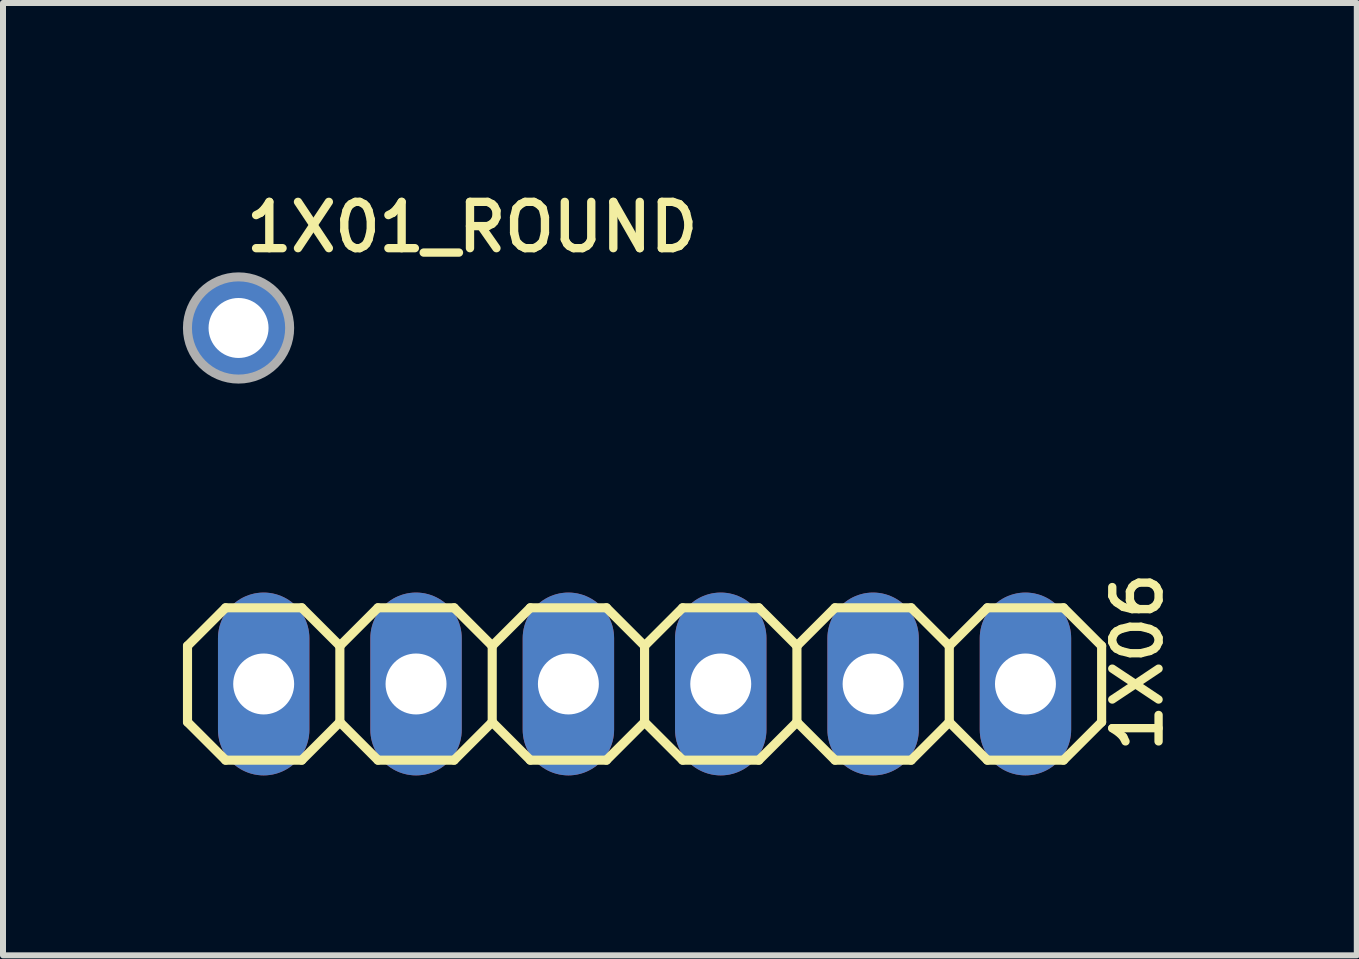
<source format=kicad_pcb>
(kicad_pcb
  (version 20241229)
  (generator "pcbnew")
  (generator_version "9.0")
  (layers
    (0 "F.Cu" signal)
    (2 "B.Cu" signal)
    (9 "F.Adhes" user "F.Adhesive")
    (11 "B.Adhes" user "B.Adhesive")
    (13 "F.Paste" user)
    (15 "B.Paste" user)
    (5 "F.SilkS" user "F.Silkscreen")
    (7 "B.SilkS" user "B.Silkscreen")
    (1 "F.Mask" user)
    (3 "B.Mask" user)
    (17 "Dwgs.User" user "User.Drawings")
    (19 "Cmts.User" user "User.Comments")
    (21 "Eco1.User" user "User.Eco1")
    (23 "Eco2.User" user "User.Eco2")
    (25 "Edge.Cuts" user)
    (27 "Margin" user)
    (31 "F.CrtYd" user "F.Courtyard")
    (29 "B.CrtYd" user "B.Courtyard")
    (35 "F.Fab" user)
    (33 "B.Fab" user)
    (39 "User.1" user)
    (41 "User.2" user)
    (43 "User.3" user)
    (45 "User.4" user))
  (footprint "1X06"
    (layer "F.Cu")
    (at 7.696 8.353)
    (property "Reference" "1X06" (at 8.671 1.196 270) (layer "F.SilkS") (effects (font (size 0.772 0.772) (thickness 0.139)) (justify left bottom)))
    (attr through_hole)
    (fp_line (start -7.62 -0.635) (end -7.62 0.635) (stroke (width 0.152) (type solid)) (layer "F.SilkS"))
    (fp_line (start -7.62 0.635) (end -6.985 1.27) (stroke (width 0.152) (type solid)) (layer "F.SilkS"))
    (fp_line (start -6.985 -1.27) (end -7.62 -0.635) (stroke (width 0.152) (type solid)) (layer "F.SilkS"))
    (fp_line (start -6.985 -1.27) (end -5.715 -1.27) (stroke (width 0.152) (type solid)) (layer "F.SilkS"))
    (fp_line (start -5.715 -1.27) (end -5.08 -0.635) (stroke (width 0.152) (type solid)) (layer "F.SilkS"))
    (fp_line (start -5.715 1.27) (end -6.985 1.27) (stroke (width 0.152) (type solid)) (layer "F.SilkS"))
    (fp_line (start -5.08 -0.635) (end -5.08 0.635) (stroke (width 0.152) (type solid)) (layer "F.SilkS"))
    (fp_line (start -5.08 -0.635) (end -4.445 -1.27) (stroke (width 0.152) (type solid)) (layer "F.SilkS"))
    (fp_line (start -5.08 0.635) (end -5.715 1.27) (stroke (width 0.152) (type solid)) (layer "F.SilkS"))
    (fp_line (start -4.445 -1.27) (end -3.175 -1.27) (stroke (width 0.152) (type solid)) (layer "F.SilkS"))
    (fp_line (start -4.445 1.27) (end -5.08 0.635) (stroke (width 0.152) (type solid)) (layer "F.SilkS"))
    (fp_line (start -3.175 -1.27) (end -2.54 -0.635) (stroke (width 0.152) (type solid)) (layer "F.SilkS"))
    (fp_line (start -3.175 1.27) (end -4.445 1.27) (stroke (width 0.152) (type solid)) (layer "F.SilkS"))
    (fp_line (start -2.54 -0.635) (end -2.54 0.635) (stroke (width 0.152) (type solid)) (layer "F.SilkS"))
    (fp_line (start -2.54 -0.635) (end -1.905 -1.27) (stroke (width 0.152) (type solid)) (layer "F.SilkS"))
    (fp_line (start -2.54 0.635) (end -3.175 1.27) (stroke (width 0.152) (type solid)) (layer "F.SilkS"))
    (fp_line (start -1.905 -1.27) (end -0.635 -1.27) (stroke (width 0.152) (type solid)) (layer "F.SilkS"))
    (fp_line (start -1.905 1.27) (end -2.54 0.635) (stroke (width 0.152) (type solid)) (layer "F.SilkS"))
    (fp_line (start -0.635 -1.27) (end 0 -0.635) (stroke (width 0.152) (type solid)) (layer "F.SilkS"))
    (fp_line (start -0.635 1.27) (end -1.905 1.27) (stroke (width 0.152) (type solid)) (layer "F.SilkS"))
    (fp_line (start 0 -0.635) (end 0 0.635) (stroke (width 0.152) (type solid)) (layer "F.SilkS"))
    (fp_line (start 0 0.635) (end -0.635 1.27) (stroke (width 0.152) (type solid)) (layer "F.SilkS"))
    (fp_line (start 0 0.635) (end 0.635 1.27) (stroke (width 0.152) (type solid)) (layer "F.SilkS"))
    (fp_line (start 0.635 -1.27) (end 0 -0.635) (stroke (width 0.152) (type solid)) (layer "F.SilkS"))
    (fp_line (start 0.635 -1.27) (end 1.905 -1.27) (stroke (width 0.152) (type solid)) (layer "F.SilkS"))
    (fp_line (start 1.905 -1.27) (end 2.54 -0.635) (stroke (width 0.152) (type solid)) (layer "F.SilkS"))
    (fp_line (start 1.905 1.27) (end 0.635 1.27) (stroke (width 0.152) (type solid)) (layer "F.SilkS"))
    (fp_line (start 2.54 -0.635) (end 2.54 0.635) (stroke (width 0.152) (type solid)) (layer "F.SilkS"))
    (fp_line (start 2.54 -0.635) (end 3.175 -1.27) (stroke (width 0.152) (type solid)) (layer "F.SilkS"))
    (fp_line (start 2.54 0.635) (end 1.905 1.27) (stroke (width 0.152) (type solid)) (layer "F.SilkS"))
    (fp_line (start 3.175 -1.27) (end 4.445 -1.27) (stroke (width 0.152) (type solid)) (layer "F.SilkS"))
    (fp_line (start 3.175 1.27) (end 2.54 0.635) (stroke (width 0.152) (type solid)) (layer "F.SilkS"))
    (fp_line (start 4.445 -1.27) (end 5.08 -0.635) (stroke (width 0.152) (type solid)) (layer "F.SilkS"))
    (fp_line (start 4.445 1.27) (end 3.175 1.27) (stroke (width 0.152) (type solid)) (layer "F.SilkS"))
    (fp_line (start 5.08 -0.635) (end 5.08 0.635) (stroke (width 0.152) (type solid)) (layer "F.SilkS"))
    (fp_line (start 5.08 0.635) (end 4.445 1.27) (stroke (width 0.152) (type solid)) (layer "F.SilkS"))
    (fp_line (start 5.08 0.635) (end 5.715 1.27) (stroke (width 0.152) (type solid)) (layer "F.SilkS"))
    (fp_line (start 5.715 -1.27) (end 5.08 -0.635) (stroke (width 0.152) (type solid)) (layer "F.SilkS"))
    (fp_line (start 5.715 -1.27) (end 6.985 -1.27) (stroke (width 0.152) (type solid)) (layer "F.SilkS"))
    (fp_line (start 6.985 -1.27) (end 7.62 -0.635) (stroke (width 0.152) (type solid)) (layer "F.SilkS"))
    (fp_line (start 6.985 1.27) (end 5.715 1.27) (stroke (width 0.152) (type solid)) (layer "F.SilkS"))
    (fp_line (start 7.62 -0.635) (end 7.62 0.635) (stroke (width 0.152) (type solid)) (layer "F.SilkS"))
    (fp_line (start 7.62 0.635) (end 6.985 1.27) (stroke (width 0.152) (type solid)) (layer "F.SilkS"))
    (fp_poly (pts (xy -6.604 0.254) (xy -6.096 0.254) (xy -6.096 -0.254) (xy -6.604 -0.254)) (stroke (width 0.1) (type solid)) (fill no) (layer "F.Fab"))
    (fp_poly (pts (xy -4.064 0.254) (xy -3.556 0.254) (xy -3.556 -0.254) (xy -4.064 -0.254)) (stroke (width 0.1) (type solid)) (fill no) (layer "F.Fab"))
    (fp_poly (pts (xy -1.524 0.254) (xy -1.016 0.254) (xy -1.016 -0.254) (xy -1.524 -0.254)) (stroke (width 0.1) (type solid)) (fill no) (layer "F.Fab"))
    (fp_poly (pts (xy 1.016 0.254) (xy 1.524 0.254) (xy 1.524 -0.254) (xy 1.016 -0.254)) (stroke (width 0.1) (type solid)) (fill no) (layer "F.Fab"))
    (fp_poly (pts (xy 3.556 0.254) (xy 4.064 0.254) (xy 4.064 -0.254) (xy 3.556 -0.254)) (stroke (width 0.1) (type solid)) (fill no) (layer "F.Fab"))
    (fp_poly (pts (xy 6.096 0.254) (xy 6.604 0.254) (xy 6.604 -0.254) (xy 6.096 -0.254)) (stroke (width 0.1) (type solid)) (fill no) (layer "F.Fab"))
    (pad "1" thru_hole oval (at -6.35 0 90) (size 3.048 1.524) (drill 1.016) (layers "*.Cu" "*.Mask"))
    (pad "2" thru_hole oval (at -3.81 0 90) (size 3.048 1.524) (drill 1.016) (layers "*.Cu" "*.Mask"))
    (pad "3" thru_hole oval (at -1.27 0 90) (size 3.048 1.524) (drill 1.016) (layers "*.Cu" "*.Mask"))
    (pad "4" thru_hole oval (at 1.27 0 90) (size 3.048 1.524) (drill 1.016) (layers "*.Cu" "*.Mask"))
    (pad "5" thru_hole oval (at 3.81 0 90) (size 3.048 1.524) (drill 1.016) (layers "*.Cu" "*.Mask"))
    (pad "6" thru_hole oval (at 6.35 0 90) (size 3.048 1.524) (drill 1.016) (layers "*.Cu" "*.Mask")))
  (footprint "1X01_ROUND"
    (layer "F.Cu")
    (at 0.927 2.418)
    (property "Reference" "1X01_ROUND" (at 0.054 -1.229 0) (layer "F.SilkS") (effects (font (size 0.772 0.772) (thickness 0.139)) (justify left bottom)))
    (attr through_hole)
    (fp_circle (center 0 0) (end 0.852 0) (stroke (width 0.15) (type solid)) (fill no) (layer "F.Fab"))
    (fp_poly (pts (xy -0.254 0.254) (xy 0.254 0.254) (xy 0.254 -0.254) (xy -0.254 -0.254)) (stroke (width 0.1) (type solid)) (fill no) (layer "F.Fab"))
    (pad "1" thru_hole circle (at 0 0 90) (size 1.676 1.676) (drill 1) (layers "*.Cu" "*.Mask")))
  (gr_rect
    (start -3 -3)
    (end 19.57 12.877)
    (stroke (width 0.1) (type default))
    (fill no)
    (layer "Edge.Cuts")))
</source>
